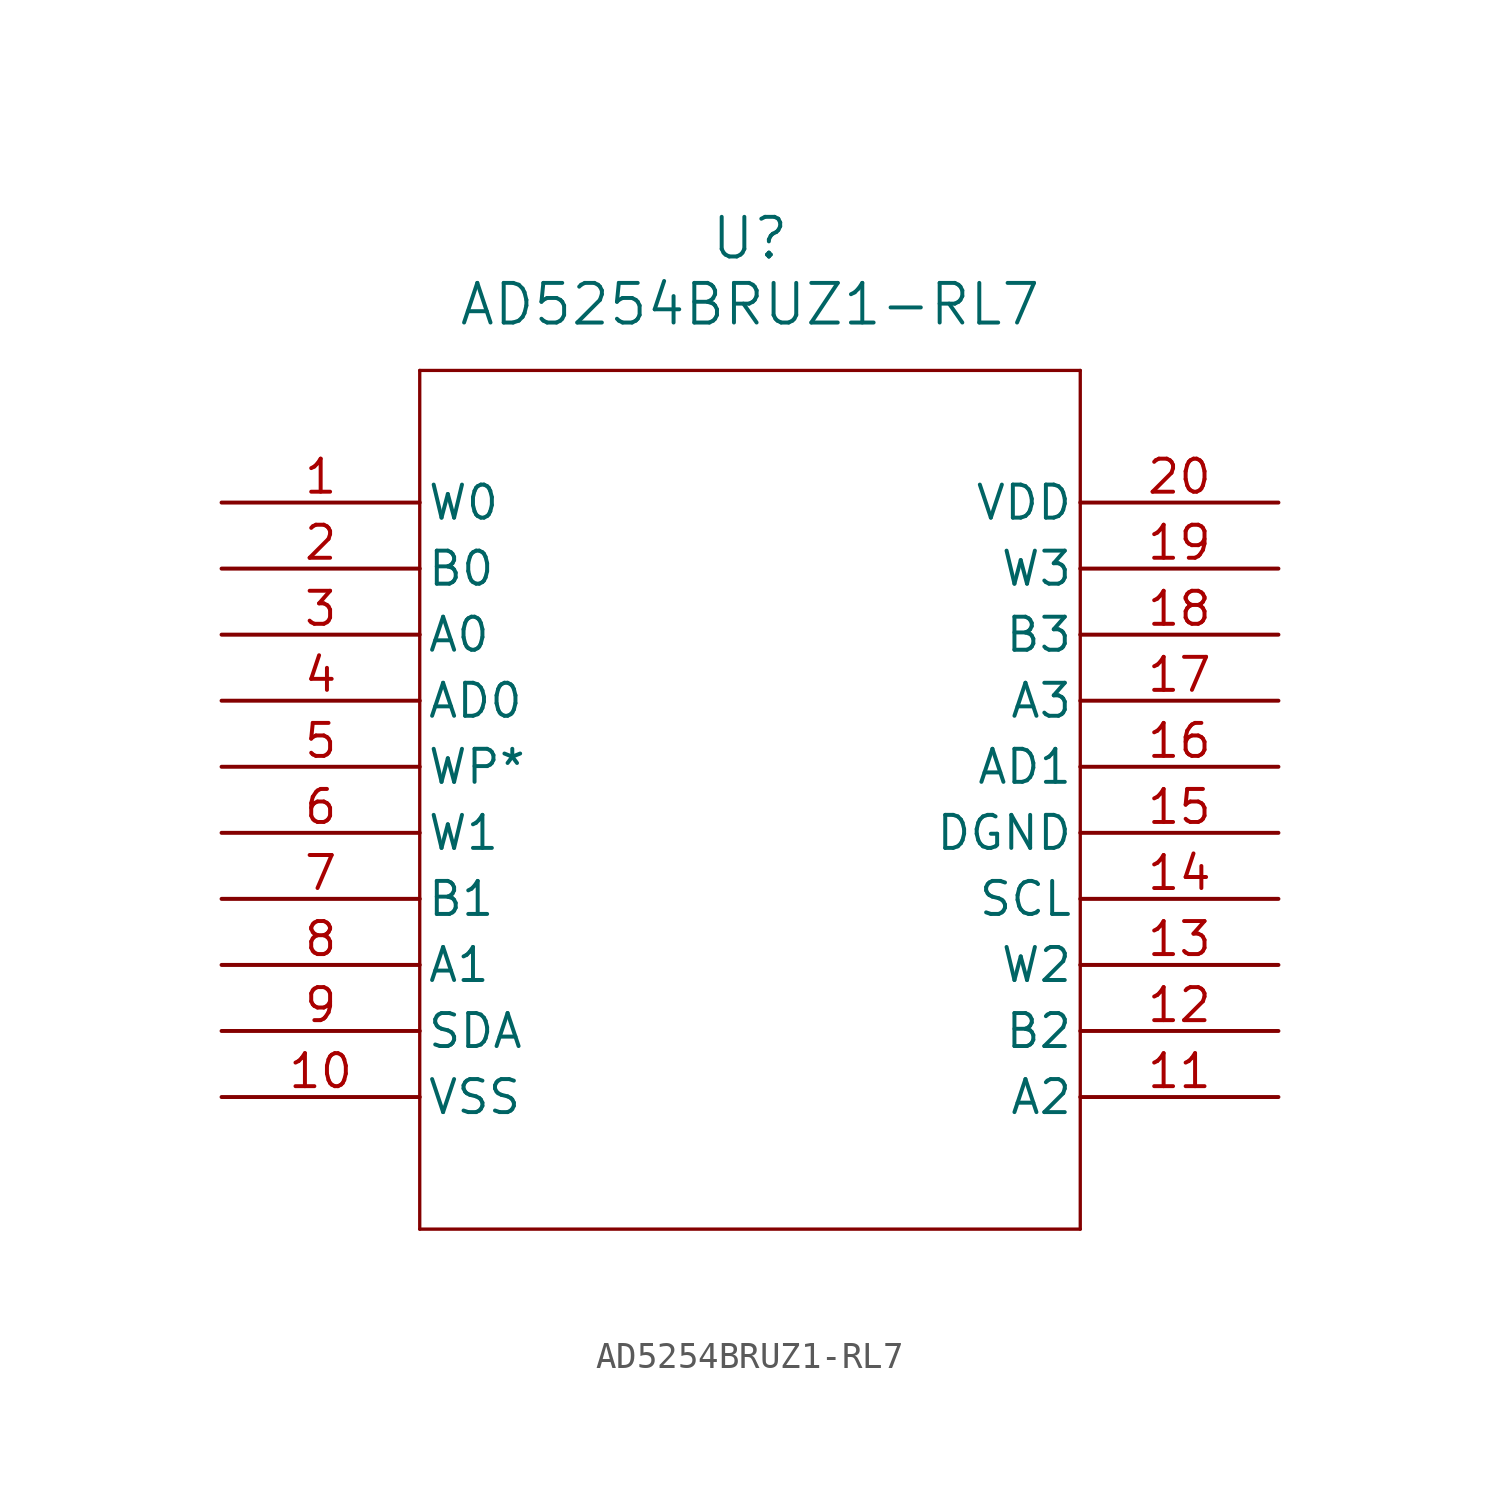
<source format=kicad_sym>
(kicad_symbol_lib
  (version 20211014)
  (generator kicad_symbol_editor)
  (symbol "AD5254BRUZ1-RL7"
    (pin_names
      (offset 0.254))
    (property "Reference" "U"
      (at 20.32 10.16 0)
      (effects (font (size 1.524 1.524))))
    (property "Value" "AD5254BRUZ1-RL7"
      (at 20.32 7.62 0)
      (effects (font (size 1.524 1.524))))
    (symbol "AD5254BRUZ1-RL7_0_1"
      (polyline (pts (xy 7.62 5.08) (xy 7.62 -27.94)) (stroke (width 0.127) (type default) (color 0 0 0 0)) (fill (type none)))
      (polyline (pts (xy 7.62 -27.94) (xy 33.02 -27.94)) (stroke (width 0.127) (type default) (color 0 0 0 0)) (fill (type none)))
      (polyline (pts (xy 33.02 -27.94) (xy 33.02 5.08)) (stroke (width 0.127) (type default) (color 0 0 0 0)) (fill (type none)))
      (polyline (pts (xy 33.02 5.08) (xy 7.62 5.08)) (stroke (width 0.127) (type default) (color 0 0 0 0)) (fill (type none)))
      (pin unspecified line (at 0 0 0) (length 7.62) (name "W0" (effects (font (size 1.27 1.27)))) (number "1" (effects (font (size 1.27 1.27)))))
      (pin unspecified line (at 0 -2.54 0) (length 7.62) (name "B0" (effects (font (size 1.27 1.27)))) (number "2" (effects (font (size 1.27 1.27)))))
      (pin unspecified line (at 0 -5.08 0) (length 7.62) (name "A0" (effects (font (size 1.27 1.27)))) (number "3" (effects (font (size 1.27 1.27)))))
      (pin unspecified line (at 0 -7.62 0) (length 7.62) (name "AD0" (effects (font (size 1.27 1.27)))) (number "4" (effects (font (size 1.27 1.27)))))
      (pin unspecified line (at 0 -10.16 0) (length 7.62) (name "WP*" (effects (font (size 1.27 1.27)))) (number "5" (effects (font (size 1.27 1.27)))))
      (pin unspecified line (at 0 -12.7 0) (length 7.62) (name "W1" (effects (font (size 1.27 1.27)))) (number "6" (effects (font (size 1.27 1.27)))))
      (pin unspecified line (at 0 -15.24 0) (length 7.62) (name "B1" (effects (font (size 1.27 1.27)))) (number "7" (effects (font (size 1.27 1.27)))))
      (pin unspecified line (at 0 -17.78 0) (length 7.62) (name "A1" (effects (font (size 1.27 1.27)))) (number "8" (effects (font (size 1.27 1.27)))))
      (pin unspecified line (at 0 -20.32 0) (length 7.62) (name "SDA" (effects (font (size 1.27 1.27)))) (number "9" (effects (font (size 1.27 1.27)))))
      (pin power_in line (at 0 -22.86 0) (length 7.62) (name "VSS" (effects (font (size 1.27 1.27)))) (number "10" (effects (font (size 1.27 1.27)))))
      (pin unspecified line (at 40.64 -22.86 180) (length 7.62) (name "A2" (effects (font (size 1.27 1.27)))) (number "11" (effects (font (size 1.27 1.27)))))
      (pin unspecified line (at 40.64 -20.32 180) (length 7.62) (name "B2" (effects (font (size 1.27 1.27)))) (number "12" (effects (font (size 1.27 1.27)))))
      (pin unspecified line (at 40.64 -17.78 180) (length 7.62) (name "W2" (effects (font (size 1.27 1.27)))) (number "13" (effects (font (size 1.27 1.27)))))
      (pin unspecified line (at 40.64 -15.24 180) (length 7.62) (name "SCL" (effects (font (size 1.27 1.27)))) (number "14" (effects (font (size 1.27 1.27)))))
      (pin unspecified line (at 40.64 -12.7 180) (length 7.62) (name "DGND" (effects (font (size 1.27 1.27)))) (number "15" (effects (font (size 1.27 1.27)))))
      (pin unspecified line (at 40.64 -10.16 180) (length 7.62) (name "AD1" (effects (font (size 1.27 1.27)))) (number "16" (effects (font (size 1.27 1.27)))))
      (pin unspecified line (at 40.64 -7.62 180) (length 7.62) (name "A3" (effects (font (size 1.27 1.27)))) (number "17" (effects (font (size 1.27 1.27)))))
      (pin unspecified line (at 40.64 -5.08 180) (length 7.62) (name "B3" (effects (font (size 1.27 1.27)))) (number "18" (effects (font (size 1.27 1.27)))))
      (pin unspecified line (at 40.64 -2.54 180) (length 7.62) (name "W3" (effects (font (size 1.27 1.27)))) (number "19" (effects (font (size 1.27 1.27)))))
      (pin power_in line (at 40.64 0 180) (length 7.62) (name "VDD" (effects (font (size 1.27 1.27)))) (number "20" (effects (font (size 1.27 1.27))))))))
</source>
